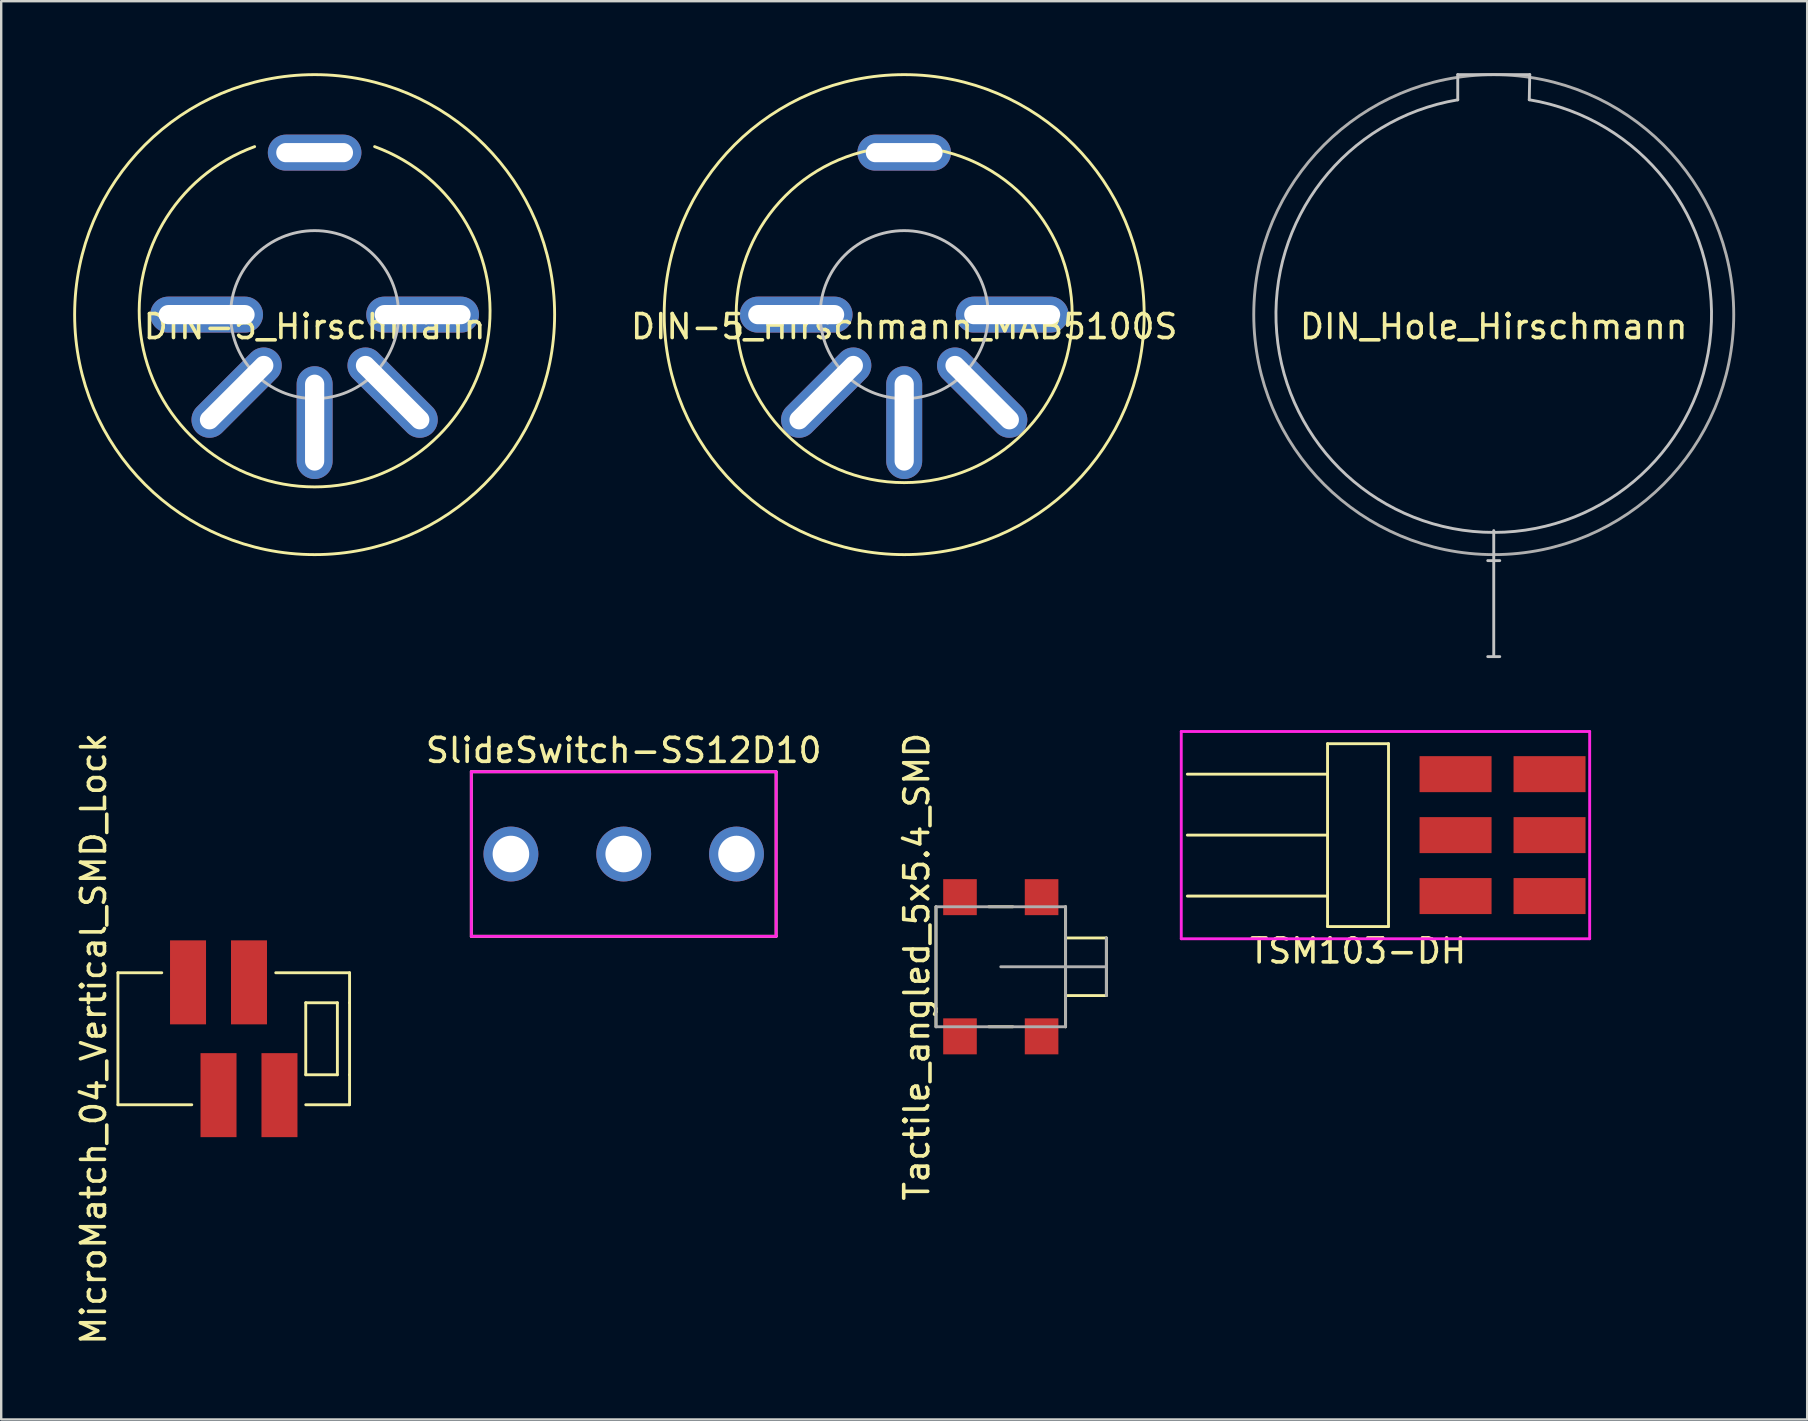
<source format=kicad_pcb>
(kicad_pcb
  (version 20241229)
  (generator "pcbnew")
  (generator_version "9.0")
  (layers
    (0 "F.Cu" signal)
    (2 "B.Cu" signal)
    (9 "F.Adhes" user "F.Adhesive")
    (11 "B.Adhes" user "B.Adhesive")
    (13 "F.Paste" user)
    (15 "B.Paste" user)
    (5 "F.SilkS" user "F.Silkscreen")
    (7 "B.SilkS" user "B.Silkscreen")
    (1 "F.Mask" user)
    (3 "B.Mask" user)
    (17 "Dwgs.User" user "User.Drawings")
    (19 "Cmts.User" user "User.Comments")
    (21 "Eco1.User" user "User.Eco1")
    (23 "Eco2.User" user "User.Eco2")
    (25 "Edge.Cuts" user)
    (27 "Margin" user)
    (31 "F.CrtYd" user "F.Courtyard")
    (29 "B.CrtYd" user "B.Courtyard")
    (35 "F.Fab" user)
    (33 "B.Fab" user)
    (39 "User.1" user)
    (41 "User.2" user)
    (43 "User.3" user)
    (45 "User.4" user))
  (footprint "SlideSwitch-SS12D10"
    (layer "F.Cu")
    (at 22.939 32.536)
    (property "Reference" "SlideSwitch-SS12D10" (at 0 -4.318 0) (layer "F.SilkS") (effects (font (size 1 1) (thickness 0.15))))
    (attr through_hole)
    (fp_line (start -6.35 -3.429) (end -6.35 3.429) (stroke (width 0.12) (type solid)) (layer "F.SilkS"))
    (fp_line (start -6.35 3.429) (end 6.35 3.429) (stroke (width 0.12) (type solid)) (layer "F.SilkS"))
    (fp_line (start 6.35 -3.429) (end -6.35 -3.429) (stroke (width 0.12) (type solid)) (layer "F.SilkS"))
    (fp_line (start 6.35 3.429) (end 6.35 -3.429) (stroke (width 0.12) (type solid)) (layer "F.SilkS"))
    (fp_line (start -6.35 -3.429) (end -6.35 3.429) (stroke (width 0.12) (type solid)) (layer "F.CrtYd"))
    (fp_line (start -6.35 3.429) (end 6.35 3.429) (stroke (width 0.12) (type solid)) (layer "F.CrtYd"))
    (fp_line (start 6.35 -3.429) (end -6.35 -3.429) (stroke (width 0.12) (type solid)) (layer "F.CrtYd"))
    (fp_line (start 6.35 3.429) (end 6.35 -3.429) (stroke (width 0.12) (type solid)) (layer "F.CrtYd"))
    (pad "1" thru_hole circle (at -4.7 0) (size 2.286 2.286) (drill 1.524) (layers "*.Cu" "*.Mask"))
    (pad "2" thru_hole circle (at 0 0) (size 2.286 2.286) (drill 1.524) (layers "*.Cu" "*.Mask"))
    (pad "3" thru_hole circle (at 4.7 0) (size 2.286 2.286) (drill 1.524) (layers "*.Cu" "*.Mask")))
  (footprint "DIN_Hole_Hirschmann"
    (layer "F.Cu")
    (at 59.192 10.06)
    (property "Reference" "DIN_Hole_Hirschmann" (at 0 0.5 0) (layer "F.SilkS") (effects (font (size 1 1) (thickness 0.15))))
    (attr through_hole)
    (fp_poly (pts (xy 7 12.25) (xy 4.5 14.25) (xy -4.5 14.25) (xy -7 12.25) (xy -7 10.25) (xy 7 10.25)) (stroke (width 0.1) (type solid)) (fill yes) (layer "F.Mask"))
    (fp_poly (pts (xy 7 12.25) (xy 4.5 14.25) (xy -4.5 14.25) (xy -7 12.25) (xy -7 10.25) (xy 7 10.25)) (stroke (width 0.1) (type solid)) (fill yes) (layer "B.Mask"))
    (fp_line (start -1.5 -10) (end -1.5 -8.95) (stroke (width 0.12) (type solid)) (layer "Dwgs.User"))
    (fp_line (start -0.25 14.25) (end 0.25 14.25) (stroke (width 0.12) (type solid)) (layer "Dwgs.User"))
    (fp_line (start 0 9) (end 0 10.25) (stroke (width 0.12) (type solid)) (layer "Dwgs.User"))
    (fp_line (start 0 10.25) (end 0 14.25) (stroke (width 0.12) (type solid)) (layer "Dwgs.User"))
    (fp_line (start 0.25 10.25) (end -0.25 10.25) (stroke (width 0.12) (type solid)) (layer "Dwgs.User"))
    (fp_line (start 1.48 -8.953) (end 1.5 -10) (stroke (width 0.12) (type solid)) (layer "Dwgs.User"))
    (fp_line (start 1.5 -10) (end -1.5 -10) (stroke (width 0.12) (type solid)) (layer "Dwgs.User"))
    (fp_arc (start 1.479934 -8.95334) (mid 0.010171 9.074822) (end -1.499999 -8.95) (stroke (width 0.12) (type solid)) (layer "Dwgs.User"))
    (fp_circle (center 0 0) (end 10 0) (stroke (width 0.12) (type solid)) (fill no) (layer "F.Fab")))
  (footprint "MicroMatch_04_Vertical_SMD_Lock"
    (layer "F.Cu")
    (at 6.69 40.233)
    (property "Reference" "MicroMatch_04_Vertical_SMD_Lock" (at -5.842 0 90) (layer "F.SilkS") (effects (font (size 1 1) (thickness 0.15))))
    (attr through_hole)
    (fp_line (start -4.826 -2.75) (end -4.826 2.75) (stroke (width 0.12) (type solid)) (layer "F.SilkS"))
    (fp_line (start -4.826 2.75) (end -1.75 2.75) (stroke (width 0.12) (type solid)) (layer "F.SilkS"))
    (fp_line (start -3 -2.75) (end -4.826 -2.75) (stroke (width 0.12) (type solid)) (layer "F.SilkS"))
    (fp_line (start 1.75 -2.75) (end 4.826 -2.75) (stroke (width 0.12) (type solid)) (layer "F.SilkS"))
    (fp_line (start 3 -1.5) (end 3 1.5) (stroke (width 0.12) (type solid)) (layer "F.SilkS"))
    (fp_line (start 3 1.5) (end 4.318 1.5) (stroke (width 0.12) (type solid)) (layer "F.SilkS"))
    (fp_line (start 4.318 -1.5) (end 3 -1.5) (stroke (width 0.12) (type solid)) (layer "F.SilkS"))
    (fp_line (start 4.318 -1.5) (end 4.318 1.5) (stroke (width 0.12) (type solid)) (layer "F.SilkS"))
    (fp_line (start 4.826 -2.75) (end 4.826 -1.5) (stroke (width 0.12) (type solid)) (layer "F.SilkS"))
    (fp_line (start 4.826 1.5) (end 4.826 -1.5) (stroke (width 0.12) (type solid)) (layer "F.SilkS"))
    (fp_line (start 4.826 1.5) (end 4.826 2.75) (stroke (width 0.12) (type solid)) (layer "F.SilkS"))
    (fp_line (start 4.826 2.75) (end 3 2.75) (stroke (width 0.12) (type solid)) (layer "F.SilkS"))
    (pad "1" smd rect (at 1.905 2.35) (size 1.5 3.5) (layers "F.Cu" "F.Mask" "F.Paste"))
    (pad "2" smd rect (at 0.635 -2.35) (size 1.5 3.5) (layers "F.Cu" "F.Mask" "F.Paste"))
    (pad "3" smd rect (at -0.635 2.35) (size 1.5 3.5) (layers "F.Cu" "F.Mask" "F.Paste"))
    (pad "4" smd rect (at -1.905 -2.35) (size 1.5 3.5) (layers "F.Cu" "F.Mask" "F.Paste")))
  (footprint "DIN-5_Hirschmann_MAB5100S"
    (layer "F.Cu")
    (at 34.626 10.06)
    (property "Reference" "DIN-5_Hirschmann_MAB5100S" (at 0 0.5 0) (layer "F.SilkS") (effects (font (size 1 1) (thickness 0.15))))
    (attr through_hole)
    (fp_circle (center 0 0) (end 0 -7) (stroke (width 0.12) (type solid)) (fill no) (layer "F.SilkS"))
    (fp_circle (center 0 0) (end 0 10) (stroke (width 0.12) (type solid)) (fill no) (layer "F.SilkS"))
    (fp_circle (center 0 0) (end 0 -3.5) (stroke (width 0.12) (type solid)) (fill no) (layer "Dwgs.User"))
    (pad "" np_thru_hole oval (at 0 -6.75) (size 3.9 1.5) (drill oval 3.2 0.8) (layers "*.Cu" "*.Mask"))
    (pad "1" thru_hole oval (at 4.5 0 90) (size 1.5 4.7) (drill oval 0.8 4) (layers "*.Cu" "*.Mask"))
    (pad "2" thru_hole oval (at 0 4.5) (size 1.5 4.7) (drill oval 0.8 4) (layers "*.Cu" "*.Mask"))
    (pad "3" thru_hole oval (at -4.5 0 90) (size 1.5 4.7) (drill oval 0.8 4) (layers "*.Cu" "*.Mask"))
    (pad "4" thru_hole oval (at 3.25 3.25 45) (size 1.5 4.7) (drill oval 0.8 4) (layers "*.Cu" "*.Mask"))
    (pad "5" thru_hole oval (at -3.25 3.25 315) (size 1.5 4.7) (drill oval 0.8 4) (layers "*.Cu" "*.Mask")))
  (footprint "DIN-5_Hirschmann"
    (layer "F.Cu")
    (at 10.06 10.06)
    (property "Reference" "DIN-5_Hirschmann" (at 0 0.5 0) (layer "F.SilkS") (effects (font (size 1 1) (thickness 0.15))))
    (attr through_hole)
    (fp_arc (start 2.5 -7) (mid 0 7.1782) (end -2.5 -7) (stroke (width 0.12) (type default)) (layer "F.SilkS"))
    (fp_circle (center 0 0) (end 0 10) (stroke (width 0.12) (type solid)) (fill no) (layer "F.SilkS"))
    (fp_circle (center 0 0) (end 0 -3.5) (stroke (width 0.12) (type solid)) (fill no) (layer "Dwgs.User"))
    (pad "" np_thru_hole oval (at 0 -6.75) (size 3.9 1.5) (drill oval 3.2 0.8) (layers "*.Cu" "*.Mask"))
    (pad "1" thru_hole oval (at 4.5 0 90) (size 1.5 4.7) (drill oval 0.8 4) (layers "*.Cu" "*.Mask"))
    (pad "2" thru_hole oval (at 0 4.5) (size 1.5 4.7) (drill oval 0.8 4) (layers "*.Cu" "*.Mask"))
    (pad "3" thru_hole oval (at -4.5 0 90) (size 1.5 4.7) (drill oval 0.8 4) (layers "*.Cu" "*.Mask"))
    (pad "4" thru_hole oval (at 3.25 3.25 45) (size 1.5 4.7) (drill oval 0.8 4) (layers "*.Cu" "*.Mask"))
    (pad "5" thru_hole oval (at -3.25 3.25 315) (size 1.5 4.7) (drill oval 0.8 4) (layers "*.Cu" "*.Mask")))
  (footprint "TSM103-DH"
    (layer "F.Cu")
    (at 53.537 31.748)
    (property "Reference" "TSM103-DH" (at 0 4.826 0) (layer "F.SilkS") (effects (font (size 1 1) (thickness 0.15))))
    (attr through_hole)
    (fp_line (start -1.27 -3.81) (end 1.27 -3.81) (stroke (width 0.12) (type solid)) (layer "F.SilkS"))
    (fp_line (start -1.27 -2.54) (end -7.112 -2.54) (stroke (width 0.12) (type solid)) (layer "F.SilkS"))
    (fp_line (start -1.27 0) (end -7.112 0) (stroke (width 0.12) (type solid)) (layer "F.SilkS"))
    (fp_line (start -1.27 2.54) (end -7.112 2.54) (stroke (width 0.12) (type solid)) (layer "F.SilkS"))
    (fp_line (start -1.27 3.81) (end -1.27 -3.81) (stroke (width 0.12) (type solid)) (layer "F.SilkS"))
    (fp_line (start 1.27 -3.81) (end 1.27 3.81) (stroke (width 0.12) (type solid)) (layer "F.SilkS"))
    (fp_line (start 1.27 3.81) (end -1.27 3.81) (stroke (width 0.12) (type solid)) (layer "F.SilkS"))
    (fp_line (start -7.366 -4.318) (end -7.366 4.318) (stroke (width 0.12) (type solid)) (layer "F.CrtYd"))
    (fp_line (start -7.366 4.318) (end 9.652 4.318) (stroke (width 0.12) (type solid)) (layer "F.CrtYd"))
    (fp_line (start 9.652 -4.318) (end -7.366 -4.318) (stroke (width 0.12) (type solid)) (layer "F.CrtYd"))
    (fp_line (start 9.652 4.318) (end 9.652 -4.318) (stroke (width 0.12) (type solid)) (layer "F.CrtYd"))
    (pad "1" smd rect (at 4.064 -2.54) (size 3 1.5) (layers "F.Cu" "F.Mask" "F.Paste"))
    (pad "2" smd rect (at 7.98 -2.54) (size 3 1.5) (layers "F.Cu" "F.Mask" "F.Paste"))
    (pad "3" smd rect (at 4.064 0) (size 3 1.5) (layers "F.Cu" "F.Mask" "F.Paste"))
    (pad "4" smd rect (at 7.98 0) (size 3 1.5) (layers "F.Cu" "F.Mask" "F.Paste"))
    (pad "5" smd rect (at 4.064 2.54) (size 3 1.5) (layers "F.Cu" "F.Mask" "F.Paste"))
    (pad "6" smd rect (at 7.98 2.54) (size 3 1.5) (layers "F.Cu" "F.Mask" "F.Paste")))
  (footprint "Tactile_angled_5x5.4_SMD"
    (layer "F.Cu")
    (at 38.651 37.233)
    (property "Reference" "Tactile_angled_5x5.4_SMD" (at -3.5 0 90) (layer "F.SilkS") (effects (font (size 1 1) (thickness 0.15))))
    (attr through_hole)
    (fp_line (start -2.7 -2.5) (end -2.7 2.5) (stroke (width 0.12) (type solid)) (layer "F.SilkS"))
    (fp_line (start -0.5 -2.5) (end 0.5 -2.5) (stroke (width 0.12) (type solid)) (layer "F.SilkS"))
    (fp_line (start -0.5 2.5) (end 0.5 2.5) (stroke (width 0.12) (type solid)) (layer "F.SilkS"))
    (fp_line (start 2.7 -2.5) (end 2.7 2.5) (stroke (width 0.12) (type solid)) (layer "F.SilkS"))
    (fp_line (start 4.4 -1.2) (end 2.7 -1.2) (stroke (width 0.12) (type solid)) (layer "F.SilkS"))
    (fp_line (start 4.4 1.2) (end 2.7 1.2) (stroke (width 0.12) (type solid)) (layer "F.SilkS"))
    (fp_line (start 4.4 1.2) (end 4.4 -1.2) (stroke (width 0.12) (type solid)) (layer "F.SilkS"))
    (fp_line (start -2.7 -2.5) (end -2.7 2.5) (stroke (width 0.12) (type solid)) (layer "F.Fab"))
    (fp_line (start -2.7 2.5) (end 2.7 2.5) (stroke (width 0.12) (type solid)) (layer "F.Fab"))
    (fp_line (start 0 0) (end 4.4 0) (stroke (width 0.12) (type solid)) (layer "F.Fab"))
    (fp_line (start 2.7 -2.5) (end -2.7 -2.5) (stroke (width 0.12) (type solid)) (layer "F.Fab"))
    (fp_line (start 2.7 2.5) (end 2.7 -2.5) (stroke (width 0.12) (type solid)) (layer "F.Fab"))
    (fp_line (start 4.4 0) (end 4.4 -1.2) (stroke (width 0.12) (type solid)) (layer "F.Fab"))
    (fp_line (start 4.4 0) (end 4.4 1.2) (stroke (width 0.12) (type solid)) (layer "F.Fab"))
    (pad "1" smd rect (at -1.7 -2.9) (size 1.4 1.5) (layers "F.Cu" "F.Mask" "F.Paste"))
    (pad "2" smd rect (at 1.7 -2.9) (size 1.4 1.5) (layers "F.Cu" "F.Mask" "F.Paste"))
    (pad "3" smd rect (at -1.7 2.9) (size 1.4 1.5) (layers "F.Cu" "F.Mask" "F.Paste"))
    (pad "4" smd rect (at 1.7 2.9) (size 1.4 1.5) (layers "F.Cu" "F.Mask" "F.Paste")))
  (gr_rect
    (start -3 -3)
    (end 72.252 56.096)
    (stroke (width 0.1) (type default))
    (fill no)
    (layer "Edge.Cuts")))
</source>
